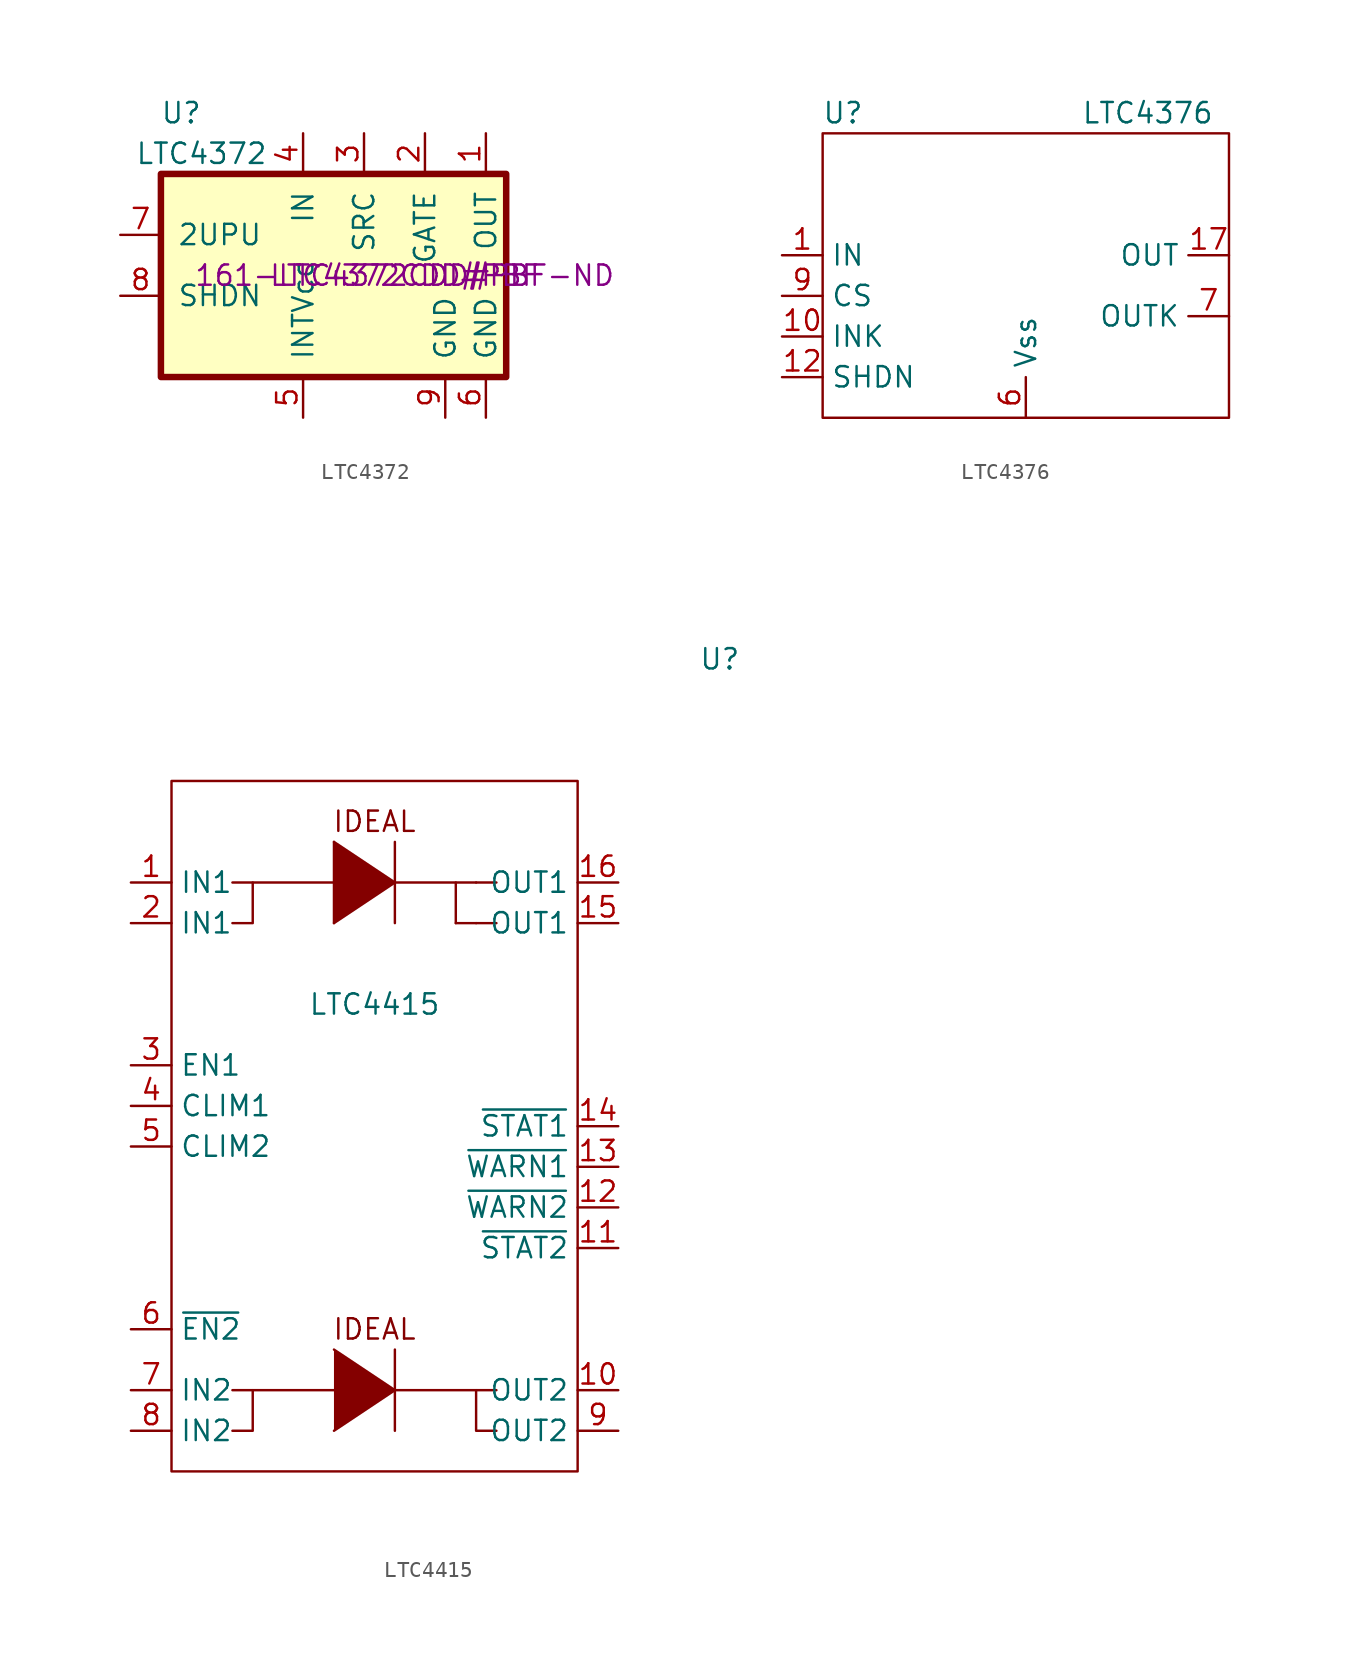
<source format=kicad_sym>
(kicad_symbol_lib
  (version 20211014)
  (generator kicad_symbol_editor)
  (symbol "LTC4372"
    (pin_names
      (offset 1.016))
    (property "Reference" "U"
      (at -13.97 10.16 0)
      (effects (font (size 1.27 1.27))))
    (property "Value" "LTC4372"
      (at -12.7 7.62 0)
      (effects (font (size 1.27 1.27))))
    (property "PartNumber" "LTC4372CDD#PBF"
      (at 0 0 0)
      (effects (font (size 1.27 1.27))))
    (property "DigikeyPart" "161-LTC4372CDD#PBF-ND"
      (at 0 0 0)
      (effects (font (size 1.27 1.27))))
    (symbol "LTC4372_0_1"
      (rectangle (start -15.24 6.35) (end 6.35 -6.35) (stroke (width 0.406) (type default) (color 0 0 0 0)) (fill (type background))))
    (symbol "LTC4372_1_1"
      (pin bidirectional line (at 5.08 8.89 270) (length 2.54) (name "OUT" (effects (font (size 1.27 1.27)))) (number "1" (effects (font (size 1.27 1.27)))))
      (pin bidirectional line (at 1.27 8.89 270) (length 2.54) (name "GATE" (effects (font (size 1.27 1.27)))) (number "2" (effects (font (size 1.27 1.27)))))
      (pin bidirectional line (at -2.54 8.89 270) (length 2.54) (name "SRC" (effects (font (size 1.27 1.27)))) (number "3" (effects (font (size 1.27 1.27)))))
      (pin bidirectional line (at -6.35 8.89 270) (length 2.54) (name "IN" (effects (font (size 1.27 1.27)))) (number "4" (effects (font (size 1.27 1.27)))))
      (pin bidirectional line (at -6.35 -8.89 90) (length 2.54) (name "INTVcc" (effects (font (size 1.27 1.27)))) (number "5" (effects (font (size 1.27 1.27)))))
      (pin bidirectional line (at 5.08 -8.89 90) (length 2.54) (name "GND" (effects (font (size 1.27 1.27)))) (number "6" (effects (font (size 1.27 1.27)))))
      (pin bidirectional line (at -17.78 2.54 0) (length 2.54) (name "2UPU" (effects (font (size 1.27 1.27)))) (number "7" (effects (font (size 1.27 1.27)))))
      (pin bidirectional line (at -17.78 -1.27 0) (length 2.54) (name "SHDN" (effects (font (size 1.27 1.27)))) (number "8" (effects (font (size 1.27 1.27)))))
      (pin bidirectional line (at 2.54 -8.89 90) (length 2.54) (name "GND" (effects (font (size 1.27 1.27)))) (number "9" (effects (font (size 1.27 1.27)))))))
  (symbol "LTC4376"
    (property "Reference" "U"
      (at -11.43 10.16 0)
      (effects (font (size 1.27 1.27))))
    (property "Value" "LTC4376"
      (at 7.62 10.16 0)
      (effects (font (size 1.27 1.27))))
    (symbol "LTC4376_0_1"
      (rectangle (start -12.7 8.89) (end 12.7 -8.89) (stroke (width 0) (type default) (color 0 0 0 0)) (fill (type none))))
    (symbol "LTC4376_1_1"
      (pin power_in line (at -15.24 1.27 0) (length 2.54) (name "IN" (effects (font (size 1.27 1.27)))) (number "1" (effects (font (size 1.27 1.27)))))
      (pin output line (at -15.24 -3.81 0) (length 2.54) (name "INK" (effects (font (size 1.27 1.27)))) (number "10" (effects (font (size 1.27 1.27)))))
      (pin output line (at -15.24 5.08 0) (length 2.54) hide (name "NC" (effects (font (size 1.27 1.27)))) (number "11" (effects (font (size 1.27 1.27)))))
      (pin output line (at -15.24 -6.35 0) (length 2.54) (name "SHDN" (effects (font (size 1.27 1.27)))) (number "12" (effects (font (size 1.27 1.27)))))
      (pin power_in line (at -15.24 1.27 0) (length 2.54) hide (name "IN" (effects (font (size 1.27 1.27)))) (number "13" (effects (font (size 1.27 1.27)))))
      (pin power_in line (at -15.24 1.27 0) (length 2.54) hide (name "IN" (effects (font (size 1.27 1.27)))) (number "14" (effects (font (size 1.27 1.27)))))
      (pin power_in line (at -15.24 1.27 0) (length 2.54) hide (name "IN" (effects (font (size 1.27 1.27)))) (number "15" (effects (font (size 1.27 1.27)))))
      (pin power_in line (at -15.24 1.27 0) (length 2.54) hide (name "IN" (effects (font (size 1.27 1.27)))) (number "16" (effects (font (size 1.27 1.27)))))
      (pin output line (at 12.7 1.27 180) (length 2.54) (name "OUT" (effects (font (size 1.27 1.27)))) (number "17" (effects (font (size 1.27 1.27)))))
      (pin power_in line (at -15.24 1.27 0) (length 2.54) hide (name "IN" (effects (font (size 1.27 1.27)))) (number "2" (effects (font (size 1.27 1.27)))))
      (pin power_in line (at -15.24 1.27 0) (length 2.54) hide (name "IN" (effects (font (size 1.27 1.27)))) (number "3" (effects (font (size 1.27 1.27)))))
      (pin power_in line (at -15.24 1.27 0) (length 2.54) hide (name "IN" (effects (font (size 1.27 1.27)))) (number "4" (effects (font (size 1.27 1.27)))))
      (pin power_in line (at -15.24 7.62 0) (length 2.54) hide (name "NC" (effects (font (size 1.27 1.27)))) (number "5" (effects (font (size 1.27 1.27)))))
      (pin power_in line (at 0 -8.89 90) (length 2.54) (name "Vss" (effects (font (size 1.27 1.27)))) (number "6" (effects (font (size 1.27 1.27)))))
      (pin output line (at 12.7 -2.54 180) (length 2.54) (name "OUTK" (effects (font (size 1.27 1.27)))) (number "7" (effects (font (size 1.27 1.27)))))
      (pin output line (at -3.81 -8.89 90) (length 2.54) hide (name "GATE" (effects (font (size 1.27 1.27)))) (number "8" (effects (font (size 1.27 1.27)))))
      (pin input line (at -15.24 -1.27 0) (length 2.54) (name "CS" (effects (font (size 1.27 1.27)))) (number "9" (effects (font (size 1.27 1.27)))))))
  (symbol "LTC4415"
    (property "Reference" "U"
      (at 21.59 33.02 0)
      (effects (font (size 1.27 1.27))))
    (property "Value" "LTC4415"
      (at 0 11.43 0)
      (effects (font (size 1.27 1.27))))
    (symbol "LTC4415_0_0"
      (text "IDEAL" (at 0 -8.89 0) (effects (font (size 1.27 1.27))))
      (text "IDEAL" (at 0 22.86 0) (effects (font (size 1.27 1.27)))))
    (symbol "LTC4415_0_1"
      (rectangle (start -12.7 25.4) (end 12.7 -17.78) (stroke (width 0) (type default) (color 0 0 0 0)) (fill (type none)))
      (polyline (pts (xy -8.89 -12.7) (xy -2.54 -12.7)) (stroke (width 0) (type default) (color 0 0 0 0)) (fill (type none)))
      (polyline (pts (xy -7.62 19.05) (xy -8.89 19.05)) (stroke (width 0) (type default) (color 0 0 0 0)) (fill (type none)))
      (polyline (pts (xy -2.54 21.59) (xy -2.54 16.51)) (stroke (width 0) (type default) (color 0 0 0 0)) (fill (type none)))
      (polyline (pts (xy 1.27 -12.7) (xy 7.62 -12.7)) (stroke (width 0) (type default) (color 0 0 0 0)) (fill (type none)))
      (polyline (pts (xy 1.27 -10.16) (xy 1.27 -15.24)) (stroke (width 0) (type default) (color 0 0 0 0)) (fill (type none)))
      (polyline (pts (xy 1.27 19.05) (xy 6.35 19.05)) (stroke (width 0) (type default) (color 0 0 0 0)) (fill (type none)))
      (polyline (pts (xy 1.27 21.59) (xy 1.27 16.51)) (stroke (width 0) (type default) (color 0 0 0 0)) (fill (type none)))
      (polyline (pts (xy 5.08 16.51) (xy 6.35 16.51)) (stroke (width 0) (type default) (color 0 0 0 0)) (fill (type none)))
      (polyline (pts (xy 5.08 19.05) (xy 5.08 16.51)) (stroke (width 0) (type default) (color 0 0 0 0)) (fill (type none)))
      (polyline (pts (xy 6.35 16.51) (xy 7.62 16.51)) (stroke (width 0) (type default) (color 0 0 0 0)) (fill (type none)))
      (polyline (pts (xy 6.35 19.05) (xy 7.62 19.05)) (stroke (width 0) (type default) (color 0 0 0 0)) (fill (type none)))
      (polyline (pts (xy -7.62 -12.7) (xy -7.62 -15.24) (xy -8.89 -15.24)) (stroke (width 0) (type default) (color 0 0 0 0)) (fill (type none)))
      (polyline (pts (xy -2.54 -10.16) (xy 1.27 -12.7) (xy -2.54 -15.24)) (stroke (width 0) (type default) (color 0 0 0 0)) (fill (type outline)))
      (polyline (pts (xy -2.54 21.59) (xy 1.27 19.05) (xy -2.54 16.51)) (stroke (width 0) (type default) (color 0 0 0 0)) (fill (type outline)))
      (polyline (pts (xy 6.35 -12.7) (xy 6.35 -15.24) (xy 7.62 -15.24)) (stroke (width 0) (type default) (color 0 0 0 0)) (fill (type none)))
      (polyline (pts (xy -2.54 19.05) (xy -7.62 19.05) (xy -7.62 16.51) (xy -8.89 16.51)) (stroke (width 0) (type default) (color 0 0 0 0)) (fill (type none))))
    (symbol "LTC4415_1_1"
      (pin input line (at -15.24 19.05 0) (length 2.54) (name "IN1" (effects (font (size 1.27 1.27)))) (number "1" (effects (font (size 1.27 1.27)))))
      (pin output line (at 15.24 -12.7 180) (length 2.54) (name "OUT2" (effects (font (size 1.27 1.27)))) (number "10" (effects (font (size 1.27 1.27)))))
      (pin output line (at 15.24 -3.81 180) (length 2.54) (name "~{STAT2}" (effects (font (size 1.27 1.27)))) (number "11" (effects (font (size 1.27 1.27)))))
      (pin output line (at 15.24 -1.27 180) (length 2.54) (name "~{WARN2}" (effects (font (size 1.27 1.27)))) (number "12" (effects (font (size 1.27 1.27)))))
      (pin output line (at 15.24 1.27 180) (length 2.54) (name "~{WARN1}" (effects (font (size 1.27 1.27)))) (number "13" (effects (font (size 1.27 1.27)))))
      (pin output line (at 15.24 3.81 180) (length 2.54) (name "~{STAT1}" (effects (font (size 1.27 1.27)))) (number "14" (effects (font (size 1.27 1.27)))))
      (pin output line (at 15.24 16.51 180) (length 2.54) (name "OUT1" (effects (font (size 1.27 1.27)))) (number "15" (effects (font (size 1.27 1.27)))))
      (pin output line (at 15.24 19.05 180) (length 2.54) (name "OUT1" (effects (font (size 1.27 1.27)))) (number "16" (effects (font (size 1.27 1.27)))))
      (pin input line (at -15.24 16.51 0) (length 2.54) (name "IN1" (effects (font (size 1.27 1.27)))) (number "2" (effects (font (size 1.27 1.27)))))
      (pin input line (at -15.24 7.62 0) (length 2.54) (name "EN1" (effects (font (size 1.27 1.27)))) (number "3" (effects (font (size 1.27 1.27)))))
      (pin input line (at -15.24 5.08 0) (length 2.54) (name "CLIM1" (effects (font (size 1.27 1.27)))) (number "4" (effects (font (size 1.27 1.27)))))
      (pin input line (at -15.24 2.54 0) (length 2.54) (name "CLIM2" (effects (font (size 1.27 1.27)))) (number "5" (effects (font (size 1.27 1.27)))))
      (pin input line (at -15.24 -8.89 0) (length 2.54) (name "~{EN2}" (effects (font (size 1.27 1.27)))) (number "6" (effects (font (size 1.27 1.27)))))
      (pin input line (at -15.24 -12.7 0) (length 2.54) (name "IN2" (effects (font (size 1.27 1.27)))) (number "7" (effects (font (size 1.27 1.27)))))
      (pin input line (at -15.24 -15.24 0) (length 2.54) (name "IN2" (effects (font (size 1.27 1.27)))) (number "8" (effects (font (size 1.27 1.27)))))
      (pin output line (at 15.24 -15.24 180) (length 2.54) (name "OUT2" (effects (font (size 1.27 1.27)))) (number "9" (effects (font (size 1.27 1.27))))))))
</source>
